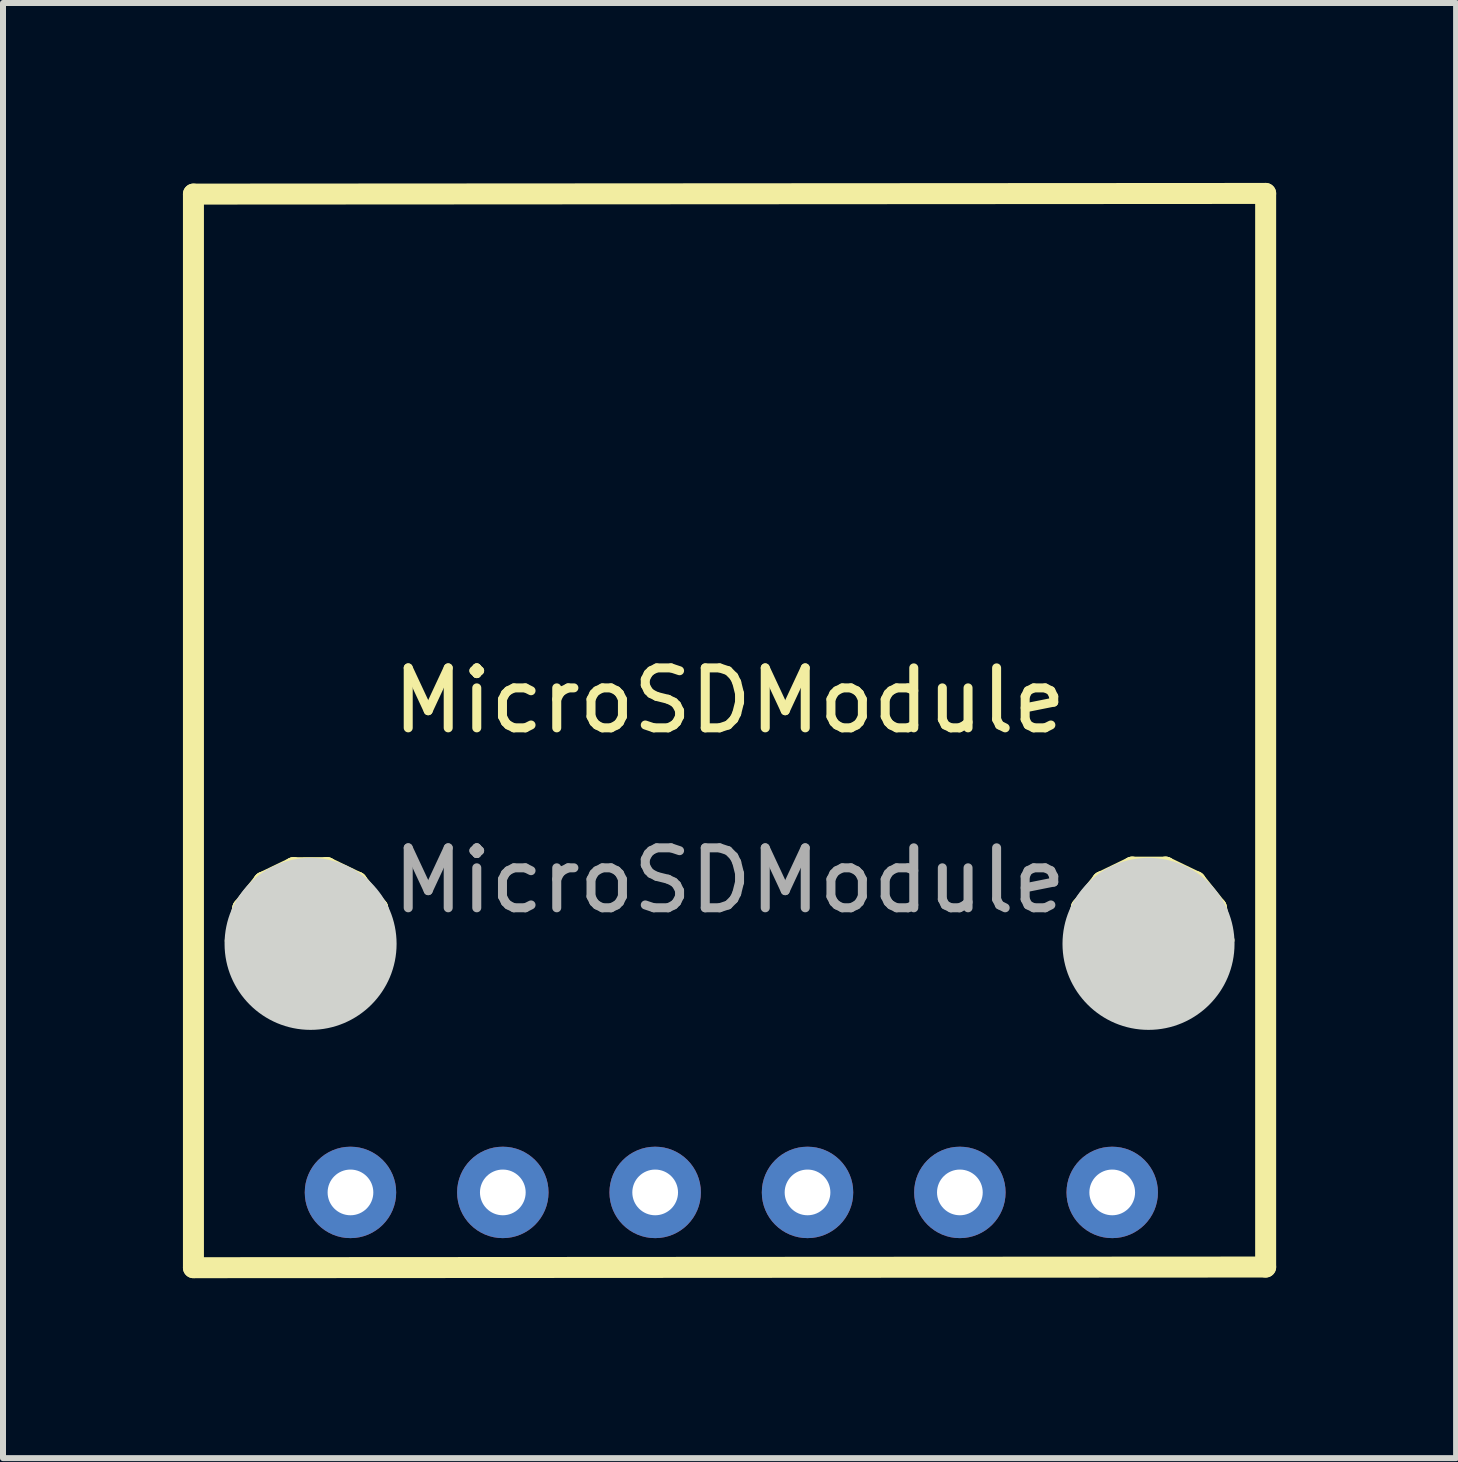
<source format=kicad_pcb>
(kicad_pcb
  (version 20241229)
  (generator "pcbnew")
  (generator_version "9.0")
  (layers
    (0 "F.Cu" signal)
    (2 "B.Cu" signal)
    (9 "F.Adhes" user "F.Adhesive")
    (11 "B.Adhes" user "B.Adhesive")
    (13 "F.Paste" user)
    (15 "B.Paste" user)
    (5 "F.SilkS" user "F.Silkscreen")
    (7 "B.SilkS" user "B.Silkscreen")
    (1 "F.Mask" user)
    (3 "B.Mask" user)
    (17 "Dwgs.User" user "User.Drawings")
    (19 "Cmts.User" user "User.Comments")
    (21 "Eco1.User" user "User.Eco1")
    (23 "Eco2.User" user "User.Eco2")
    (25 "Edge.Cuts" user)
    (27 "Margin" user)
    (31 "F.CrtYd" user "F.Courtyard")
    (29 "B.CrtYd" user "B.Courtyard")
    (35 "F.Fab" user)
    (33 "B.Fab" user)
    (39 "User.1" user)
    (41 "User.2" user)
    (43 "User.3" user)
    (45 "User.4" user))
  (footprint "MicroSDModule"
    (layer "F.Cu")
    (at 9.113 9.13)
    (property "Reference" "MicroSDModule" (at 0 -0.5 0) (unlocked yes) (layer "F.SilkS") (effects (font (size 1 1) (thickness 0.15))))
    (attr through_hole)
    (fp_line (start -8.938 -8.944) (end 8.938 -8.955) (stroke (width 0.35) (type solid)) (layer "F.SilkS"))
    (fp_line (start -8.938 8.955) (end -8.938 -8.944) (stroke (width 0.35) (type solid)) (layer "F.SilkS"))
    (fp_line (start -8.239 3.505) (end -8.115 4.047) (stroke (width 0.35) (type solid)) (layer "F.SilkS"))
    (fp_line (start -8.115 2.963) (end -8.239 3.505) (stroke (width 0.35) (type solid)) (layer "F.SilkS"))
    (fp_line (start -8.115 2.963) (end -8.115 2.963) (stroke (width 0.35) (type solid)) (layer "F.SilkS"))
    (fp_line (start -8.115 4.047) (end -8.115 4.047) (stroke (width 0.35) (type solid)) (layer "F.SilkS"))
    (fp_line (start -8.115 4.047) (end -7.769 4.482) (stroke (width 0.35) (type solid)) (layer "F.SilkS"))
    (fp_line (start -7.769 2.527) (end -8.115 2.963) (stroke (width 0.35) (type solid)) (layer "F.SilkS"))
    (fp_line (start -7.769 2.527) (end -7.769 2.527) (stroke (width 0.35) (type solid)) (layer "F.SilkS"))
    (fp_line (start -7.769 4.482) (end -7.769 4.482) (stroke (width 0.35) (type solid)) (layer "F.SilkS"))
    (fp_line (start -7.769 4.482) (end -7.269 4.723) (stroke (width 0.35) (type solid)) (layer "F.SilkS"))
    (fp_line (start -7.269 2.286) (end -7.769 2.527) (stroke (width 0.35) (type solid)) (layer "F.SilkS"))
    (fp_line (start -7.269 2.286) (end -7.269 2.286) (stroke (width 0.35) (type solid)) (layer "F.SilkS"))
    (fp_line (start -7.269 4.723) (end -7.269 4.723) (stroke (width 0.35) (type solid)) (layer "F.SilkS"))
    (fp_line (start -7.269 4.723) (end -6.713 4.723) (stroke (width 0.35) (type solid)) (layer "F.SilkS"))
    (fp_line (start -6.713 2.285) (end -7.269 2.286) (stroke (width 0.35) (type solid)) (layer "F.SilkS"))
    (fp_line (start -6.713 2.285) (end -6.713 2.285) (stroke (width 0.35) (type solid)) (layer "F.SilkS"))
    (fp_line (start -6.713 4.723) (end -6.713 4.723) (stroke (width 0.35) (type solid)) (layer "F.SilkS"))
    (fp_line (start -6.713 4.723) (end -6.212 4.481) (stroke (width 0.35) (type solid)) (layer "F.SilkS"))
    (fp_line (start -6.212 2.526) (end -6.713 2.285) (stroke (width 0.35) (type solid)) (layer "F.SilkS"))
    (fp_line (start -6.212 2.526) (end -6.212 2.526) (stroke (width 0.35) (type solid)) (layer "F.SilkS"))
    (fp_line (start -6.212 4.481) (end -6.212 4.481) (stroke (width 0.35) (type solid)) (layer "F.SilkS"))
    (fp_line (start -6.212 4.481) (end -5.866 4.046) (stroke (width 0.35) (type solid)) (layer "F.SilkS"))
    (fp_line (start -5.866 2.961) (end -6.212 2.526) (stroke (width 0.35) (type solid)) (layer "F.SilkS"))
    (fp_line (start -5.866 2.961) (end -5.866 2.961) (stroke (width 0.35) (type solid)) (layer "F.SilkS"))
    (fp_line (start -5.866 4.046) (end -5.866 4.046) (stroke (width 0.35) (type solid)) (layer "F.SilkS"))
    (fp_line (start -5.866 4.046) (end -5.742 3.503) (stroke (width 0.35) (type solid)) (layer "F.SilkS"))
    (fp_line (start -5.742 3.503) (end -5.866 2.961) (stroke (width 0.35) (type solid)) (layer "F.SilkS"))
    (fp_line (start -5.742 3.503) (end -5.742 3.503) (stroke (width 0.35) (type solid)) (layer "F.SilkS"))
    (fp_line (start 5.742 3.496) (end 5.866 4.038) (stroke (width 0.35) (type solid)) (layer "F.SilkS"))
    (fp_line (start 5.866 2.954) (end 5.742 3.496) (stroke (width 0.35) (type solid)) (layer "F.SilkS"))
    (fp_line (start 5.866 2.954) (end 5.866 2.954) (stroke (width 0.35) (type solid)) (layer "F.SilkS"))
    (fp_line (start 5.866 4.038) (end 5.866 4.038) (stroke (width 0.35) (type solid)) (layer "F.SilkS"))
    (fp_line (start 5.866 4.038) (end 6.212 4.473) (stroke (width 0.35) (type solid)) (layer "F.SilkS"))
    (fp_line (start 6.212 2.519) (end 5.866 2.954) (stroke (width 0.35) (type solid)) (layer "F.SilkS"))
    (fp_line (start 6.212 2.519) (end 6.212 2.519) (stroke (width 0.35) (type solid)) (layer "F.SilkS"))
    (fp_line (start 6.212 4.473) (end 6.212 4.473) (stroke (width 0.35) (type solid)) (layer "F.SilkS"))
    (fp_line (start 6.212 4.473) (end 6.713 4.714) (stroke (width 0.35) (type solid)) (layer "F.SilkS"))
    (fp_line (start 6.713 2.277) (end 6.212 2.519) (stroke (width 0.35) (type solid)) (layer "F.SilkS"))
    (fp_line (start 6.713 2.277) (end 6.713 2.277) (stroke (width 0.35) (type solid)) (layer "F.SilkS"))
    (fp_line (start 6.713 4.714) (end 6.713 4.714) (stroke (width 0.35) (type solid)) (layer "F.SilkS"))
    (fp_line (start 6.713 4.714) (end 7.269 4.714) (stroke (width 0.35) (type solid)) (layer "F.SilkS"))
    (fp_line (start 7.269 2.277) (end 6.713 2.277) (stroke (width 0.35) (type solid)) (layer "F.SilkS"))
    (fp_line (start 7.269 2.277) (end 7.269 2.277) (stroke (width 0.35) (type solid)) (layer "F.SilkS"))
    (fp_line (start 7.269 4.714) (end 7.269 4.714) (stroke (width 0.35) (type solid)) (layer "F.SilkS"))
    (fp_line (start 7.269 4.714) (end 7.769 4.472) (stroke (width 0.35) (type solid)) (layer "F.SilkS"))
    (fp_line (start 7.769 2.518) (end 7.269 2.277) (stroke (width 0.35) (type solid)) (layer "F.SilkS"))
    (fp_line (start 7.769 2.518) (end 7.769 2.518) (stroke (width 0.35) (type solid)) (layer "F.SilkS"))
    (fp_line (start 7.769 4.472) (end 7.769 4.472) (stroke (width 0.35) (type solid)) (layer "F.SilkS"))
    (fp_line (start 7.769 4.472) (end 8.115 4.037) (stroke (width 0.35) (type solid)) (layer "F.SilkS"))
    (fp_line (start 8.115 2.952) (end 7.769 2.518) (stroke (width 0.35) (type solid)) (layer "F.SilkS"))
    (fp_line (start 8.115 2.952) (end 8.115 2.952) (stroke (width 0.35) (type solid)) (layer "F.SilkS"))
    (fp_line (start 8.115 4.037) (end 8.115 4.037) (stroke (width 0.35) (type solid)) (layer "F.SilkS"))
    (fp_line (start 8.115 4.037) (end 8.239 3.495) (stroke (width 0.35) (type solid)) (layer "F.SilkS"))
    (fp_line (start 8.239 3.495) (end 8.115 2.952) (stroke (width 0.35) (type solid)) (layer "F.SilkS"))
    (fp_line (start 8.239 3.495) (end 8.239 3.495) (stroke (width 0.35) (type solid)) (layer "F.SilkS"))
    (fp_line (start 8.938 -8.955) (end 8.938 8.944) (stroke (width 0.35) (type solid)) (layer "F.SilkS"))
    (fp_line (start 8.938 8.944) (end -8.938 8.955) (stroke (width 0.35) (type solid)) (layer "F.SilkS"))
    (fp_circle (center -6.985 3.556) (end -5.611 3.556) (stroke (width 0.12) (type solid)) (fill yes) (layer "Edge.Cuts"))
    (fp_circle (center 6.985 3.556) (end 8.359 3.556) (stroke (width 0.12) (type solid)) (fill yes) (layer "Edge.Cuts"))
    (fp_text user "${REFERENCE}" (at 0 2.5 0) (unlocked yes) (layer "F.Fab") (effects (font (size 1 1) (thickness 0.15))))
    (pad "1" thru_hole circle (at -6.32 7.7) (size 1.524 1.524) (drill 0.762) (layers "*.Cu" "*.Mask"))
    (pad "2" thru_hole circle (at -3.78 7.7) (size 1.524 1.524) (drill 0.762) (layers "*.Cu" "*.Mask"))
    (pad "3" thru_hole circle (at -1.24 7.7) (size 1.524 1.524) (drill 0.762) (layers "*.Cu" "*.Mask"))
    (pad "4" thru_hole circle (at 1.3 7.7) (size 1.524 1.524) (drill 0.762) (layers "*.Cu" "*.Mask"))
    (pad "5" thru_hole circle (at 3.84 7.7) (size 1.524 1.524) (drill 0.762) (layers "*.Cu" "*.Mask"))
    (pad "6" thru_hole circle (at 6.38 7.7) (size 1.524 1.524) (drill 0.762) (layers "*.Cu" "*.Mask")))
  (gr_rect
    (start -3 -3)
    (end 21.226 21.26)
    (stroke (width 0.1) (type default))
    (fill no)
    (layer "Edge.Cuts")))
</source>
